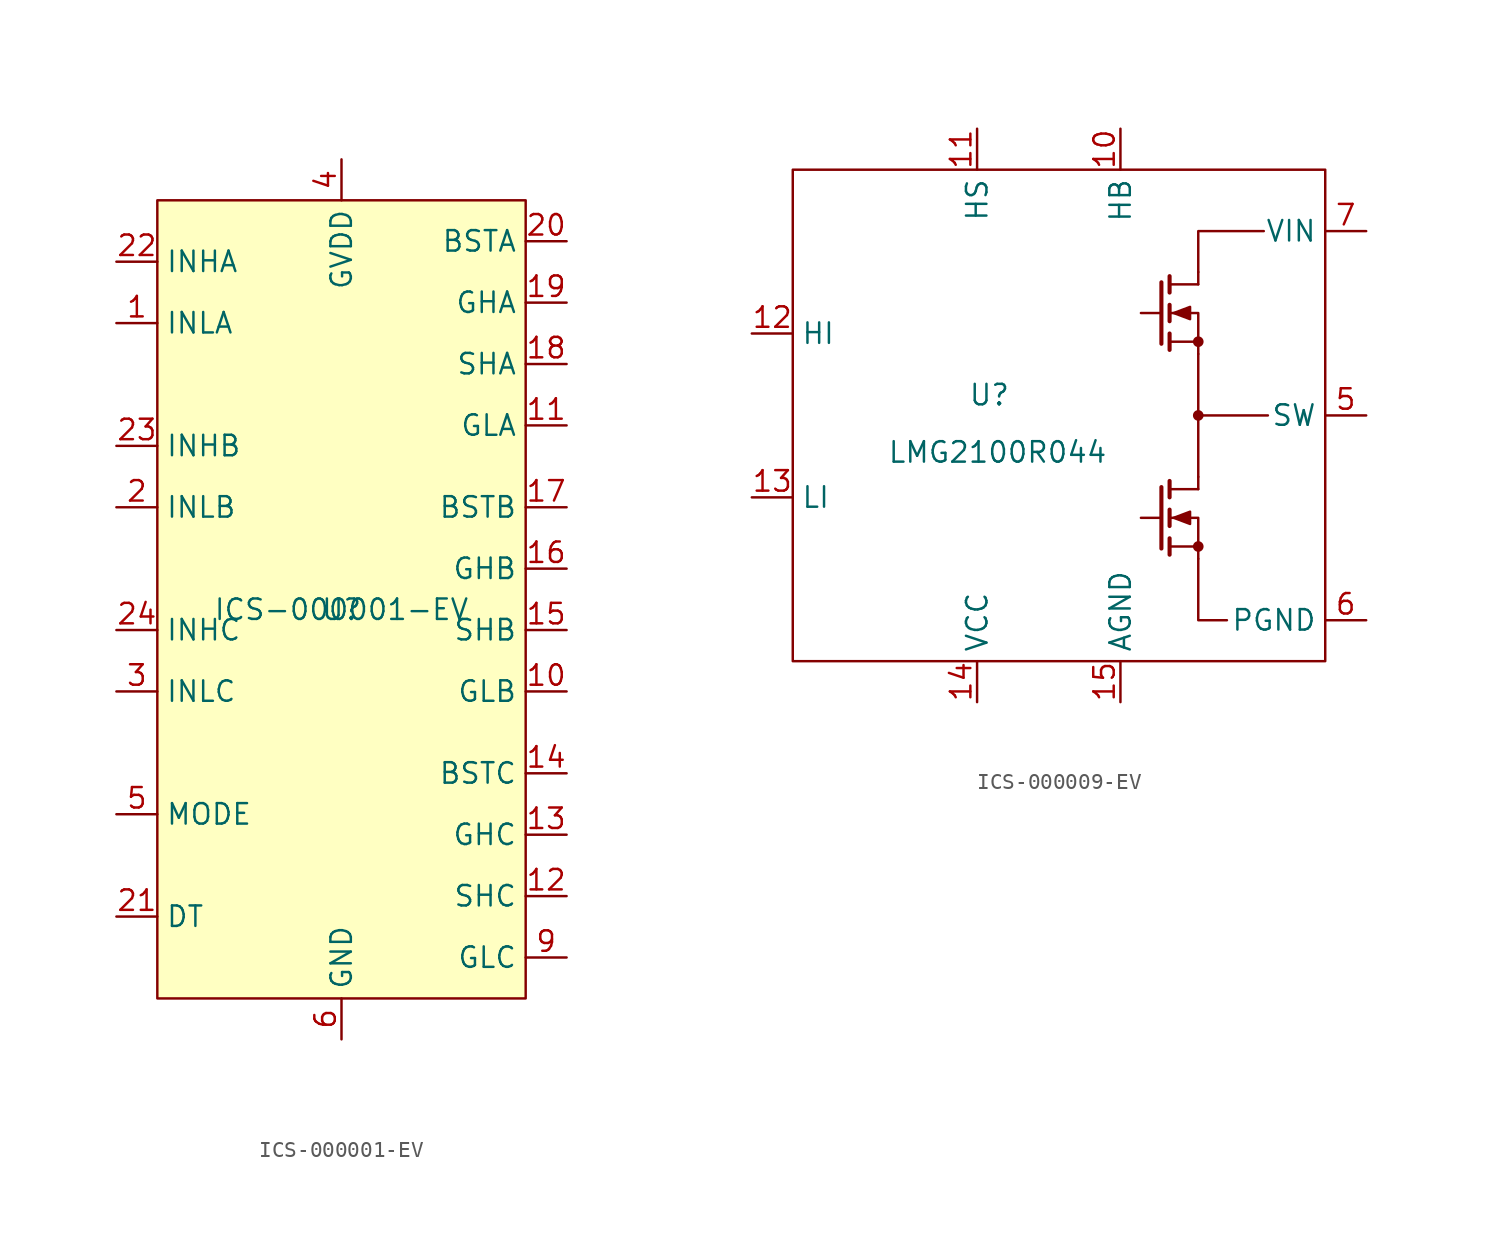
<source format=kicad_sym>
(kicad_symbol_lib
  (version 20231120)
  (generator "kicad_symbol_editor")
  (generator_version "8.0")
  (symbol "ICS-000001-EV"
    (property "Reference" "U"
      (at 0 0 0)
      (effects (font (size 1.27 1.27))))
    (property "Value" "ICS-000001-EV"
      (at 0 0 0)
      (effects (font (size 1.27 1.27))))
    (symbol "ICS-000001-EV_0_1"
      (rectangle (start -11.43 25.4) (end 11.43 -24.13) (stroke (width 0) (type default)) (fill (type background))))
    (symbol "ICS-000001-EV_1_1"
      (pin input line (at -13.97 17.78 0) (length 2.54) (name "INLA" (effects (font (size 1.27 1.27)))) (number "1" (effects (font (size 1.27 1.27)))))
      (pin output line (at 13.97 -5.08 180) (length 2.54) (name "GLB" (effects (font (size 1.27 1.27)))) (number "10" (effects (font (size 1.27 1.27)))))
      (pin output line (at 13.97 11.43 180) (length 2.54) (name "GLA" (effects (font (size 1.27 1.27)))) (number "11" (effects (font (size 1.27 1.27)))))
      (pin output line (at 13.97 -17.78 180) (length 2.54) (name "SHC" (effects (font (size 1.27 1.27)))) (number "12" (effects (font (size 1.27 1.27)))))
      (pin output line (at 13.97 -13.97 180) (length 2.54) (name "GHC" (effects (font (size 1.27 1.27)))) (number "13" (effects (font (size 1.27 1.27)))))
      (pin output line (at 13.97 -10.16 180) (length 2.54) (name "BSTC" (effects (font (size 1.27 1.27)))) (number "14" (effects (font (size 1.27 1.27)))))
      (pin output line (at 13.97 -1.27 180) (length 2.54) (name "SHB" (effects (font (size 1.27 1.27)))) (number "15" (effects (font (size 1.27 1.27)))))
      (pin output line (at 13.97 2.54 180) (length 2.54) (name "GHB" (effects (font (size 1.27 1.27)))) (number "16" (effects (font (size 1.27 1.27)))))
      (pin output line (at 13.97 6.35 180) (length 2.54) (name "BSTB" (effects (font (size 1.27 1.27)))) (number "17" (effects (font (size 1.27 1.27)))))
      (pin output line (at 13.97 15.24 180) (length 2.54) (name "SHA" (effects (font (size 1.27 1.27)))) (number "18" (effects (font (size 1.27 1.27)))))
      (pin output line (at 13.97 19.05 180) (length 2.54) (name "GHA" (effects (font (size 1.27 1.27)))) (number "19" (effects (font (size 1.27 1.27)))))
      (pin input line (at -13.97 6.35 0) (length 2.54) (name "INLB" (effects (font (size 1.27 1.27)))) (number "2" (effects (font (size 1.27 1.27)))))
      (pin output line (at 13.97 22.86 180) (length 2.54) (name "BSTA" (effects (font (size 1.27 1.27)))) (number "20" (effects (font (size 1.27 1.27)))))
      (pin input line (at -13.97 -19.05 0) (length 2.54) (name "DT" (effects (font (size 1.27 1.27)))) (number "21" (effects (font (size 1.27 1.27)))))
      (pin input line (at -13.97 21.59 0) (length 2.54) (name "INHA" (effects (font (size 1.27 1.27)))) (number "22" (effects (font (size 1.27 1.27)))))
      (pin input line (at -13.97 10.16 0) (length 2.54) (name "INHB" (effects (font (size 1.27 1.27)))) (number "23" (effects (font (size 1.27 1.27)))))
      (pin input line (at -13.97 -1.27 0) (length 2.54) (name "INHC" (effects (font (size 1.27 1.27)))) (number "24" (effects (font (size 1.27 1.27)))))
      (pin input line (at -13.97 -5.08 0) (length 2.54) (name "INLC" (effects (font (size 1.27 1.27)))) (number "3" (effects (font (size 1.27 1.27)))))
      (pin power_in line (at 0 27.94 270) (length 2.54) (name "GVDD" (effects (font (size 1.27 1.27)))) (number "4" (effects (font (size 1.27 1.27)))))
      (pin input line (at -13.97 -12.7 0) (length 2.54) (name "MODE" (effects (font (size 1.27 1.27)))) (number "5" (effects (font (size 1.27 1.27)))))
      (pin power_in line (at 0 -26.67 90) (length 2.54) (name "GND" (effects (font (size 1.27 1.27)))) (number "6" (effects (font (size 1.27 1.27)))))
      (pin output line (at 13.97 -21.59 180) (length 2.54) (name "GLC" (effects (font (size 1.27 1.27)))) (number "9" (effects (font (size 1.27 1.27)))))))
  (symbol "ICS-000009-EV"
    (property "Reference" "U"
      (at -4.318 1.27 0)
      (effects (font (size 1.27 1.27))))
    (property "Value" "LMG2100R044"
      (at -3.81 -2.286 0)
      (effects (font (size 1.27 1.27))))
    (symbol "ICS-000009-EV_0_1"
      (rectangle (start -16.51 15.24) (end 16.51 -15.24) (stroke (width 0) (type default)) (fill (type none)))
      (polyline (pts (xy 6.35 -6.35) (xy 5.08 -6.35)) (stroke (width 0) (type default)) (fill (type none)))
      (polyline (pts (xy 6.35 -4.445) (xy 6.35 -8.255)) (stroke (width 0.254) (type default)) (fill (type none)))
      (polyline (pts (xy 6.35 6.35) (xy 5.08 6.35)) (stroke (width 0) (type default)) (fill (type none)))
      (polyline (pts (xy 6.35 8.255) (xy 6.35 4.445)) (stroke (width 0.254) (type default)) (fill (type none)))
      (polyline (pts (xy 6.858 -8.128) (xy 8.636 -8.128)) (stroke (width 0) (type default)) (fill (type none)))
      (polyline (pts (xy 6.858 -7.62) (xy 6.858 -8.636)) (stroke (width 0.254) (type default)) (fill (type none)))
      (polyline (pts (xy 6.858 -5.842) (xy 6.858 -6.858)) (stroke (width 0.254) (type default)) (fill (type none)))
      (polyline (pts (xy 6.858 -4.064) (xy 6.858 -5.08)) (stroke (width 0.254) (type default)) (fill (type none)))
      (polyline (pts (xy 6.858 4.572) (xy 8.636 4.572)) (stroke (width 0) (type default)) (fill (type none)))
      (polyline (pts (xy 6.858 5.08) (xy 6.858 4.064)) (stroke (width 0.254) (type default)) (fill (type none)))
      (polyline (pts (xy 6.858 6.858) (xy 6.858 5.842)) (stroke (width 0.254) (type default)) (fill (type none)))
      (polyline (pts (xy 6.858 8.636) (xy 6.858 7.62)) (stroke (width 0.254) (type default)) (fill (type none)))
      (polyline (pts (xy 8.636 -4.572) (xy 6.858 -4.572)) (stroke (width 0) (type default)) (fill (type none)))
      (polyline (pts (xy 8.636 -3.81) (xy 8.636 -4.572)) (stroke (width 0) (type default)) (fill (type none)))
      (polyline (pts (xy 8.636 3.81) (xy 8.636 -3.81)) (stroke (width 0) (type default)) (fill (type none)))
      (polyline (pts (xy 8.636 8.128) (xy 6.858 8.128)) (stroke (width 0) (type default)) (fill (type none)))
      (polyline (pts (xy 8.636 8.89) (xy 8.636 8.128)) (stroke (width 0) (type default)) (fill (type none)))
      (polyline (pts (xy 12.954 0) (xy 8.636 0)) (stroke (width 0) (type default)) (fill (type none)))
      (polyline (pts (xy 8.636 -8.89) (xy 8.636 -12.7) (xy 10.414 -12.7)) (stroke (width 0) (type default)) (fill (type none)))
      (polyline (pts (xy 8.636 -8.89) (xy 8.636 -6.35) (xy 6.858 -6.35)) (stroke (width 0) (type default)) (fill (type none)))
      (polyline (pts (xy 8.636 3.81) (xy 8.636 6.35) (xy 6.858 6.35)) (stroke (width 0) (type default)) (fill (type none)))
      (polyline (pts (xy 8.636 8.89) (xy 8.636 11.43) (xy 12.7 11.43)) (stroke (width 0) (type default)) (fill (type none)))
      (polyline (pts (xy 7.112 -6.35) (xy 8.128 -5.969) (xy 8.128 -6.731) (xy 7.112 -6.35)) (stroke (width 0) (type default)) (fill (type outline)))
      (polyline (pts (xy 7.112 6.35) (xy 8.128 6.731) (xy 8.128 5.969) (xy 7.112 6.35)) (stroke (width 0) (type default)) (fill (type outline)))
      (circle (center 8.636 -8.128) (radius 0.254) (stroke (width 0) (type default)) (fill (type outline)))
      (circle (center 8.636 0) (radius 0.254) (stroke (width 0) (type default)) (fill (type outline)))
      (circle (center 8.636 4.572) (radius 0.254) (stroke (width 0) (type default)) (fill (type outline))))
    (symbol "ICS-000009-EV_1_1"
      (pin no_connect line (at -19.05 -11.43 0) (length 2.54) hide (name "NC" (effects (font (size 1.27 1.27)))) (number "1" (effects (font (size 1.27 1.27)))))
      (pin input line (at 3.81 17.78 270) (length 2.54) (name "HB" (effects (font (size 1.27 1.27)))) (number "10" (effects (font (size 1.27 1.27)))))
      (pin input line (at -5.08 17.78 270) (length 2.54) (name "HS" (effects (font (size 1.27 1.27)))) (number "11" (effects (font (size 1.27 1.27)))))
      (pin input line (at -19.05 5.08 0) (length 2.54) (name "HI" (effects (font (size 1.27 1.27)))) (number "12" (effects (font (size 1.27 1.27)))))
      (pin input line (at -19.05 -5.08 0) (length 2.54) (name "LI" (effects (font (size 1.27 1.27)))) (number "13" (effects (font (size 1.27 1.27)))))
      (pin input line (at -5.08 -17.78 90) (length 2.54) (name "VCC" (effects (font (size 1.27 1.27)))) (number "14" (effects (font (size 1.27 1.27)))))
      (pin input line (at 3.81 -17.78 90) (length 2.54) (name "AGND" (effects (font (size 1.27 1.27)))) (number "15" (effects (font (size 1.27 1.27)))))
      (pin no_connect line (at -19.05 -11.43 0) (length 2.54) hide (name "NC" (effects (font (size 1.27 1.27)))) (number "16" (effects (font (size 1.27 1.27)))))
      (pin power_in line (at 19.05 -12.7 180) (length 2.54) hide (name "PGND" (effects (font (size 1.27 1.27)))) (number "17" (effects (font (size 1.27 1.27)))))
      (pin no_connect line (at -19.05 -11.43 0) (length 2.54) hide (name "NC" (effects (font (size 1.27 1.27)))) (number "2" (effects (font (size 1.27 1.27)))))
      (pin no_connect line (at -19.05 -11.43 0) (length 2.54) hide (name "NC" (effects (font (size 1.27 1.27)))) (number "3" (effects (font (size 1.27 1.27)))))
      (pin no_connect line (at -19.05 -11.43 0) (length 2.54) hide (name "NC" (effects (font (size 1.27 1.27)))) (number "4" (effects (font (size 1.27 1.27)))))
      (pin power_out line (at 19.05 0 180) (length 2.54) (name "SW" (effects (font (size 1.27 1.27)))) (number "5" (effects (font (size 1.27 1.27)))))
      (pin power_in line (at 19.05 -12.7 180) (length 2.54) (name "PGND" (effects (font (size 1.27 1.27)))) (number "6" (effects (font (size 1.27 1.27)))))
      (pin power_in line (at 19.05 11.43 180) (length 2.54) (name "VIN" (effects (font (size 1.27 1.27)))) (number "7" (effects (font (size 1.27 1.27)))))
      (pin no_connect line (at -19.05 -11.43 0) (length 2.54) hide (name "NC" (effects (font (size 1.27 1.27)))) (number "8" (effects (font (size 1.27 1.27)))))
      (pin no_connect line (at -19.05 -11.43 0) (length 2.54) hide (name "NC" (effects (font (size 1.27 1.27)))) (number "9" (effects (font (size 1.27 1.27))))))))
</source>
